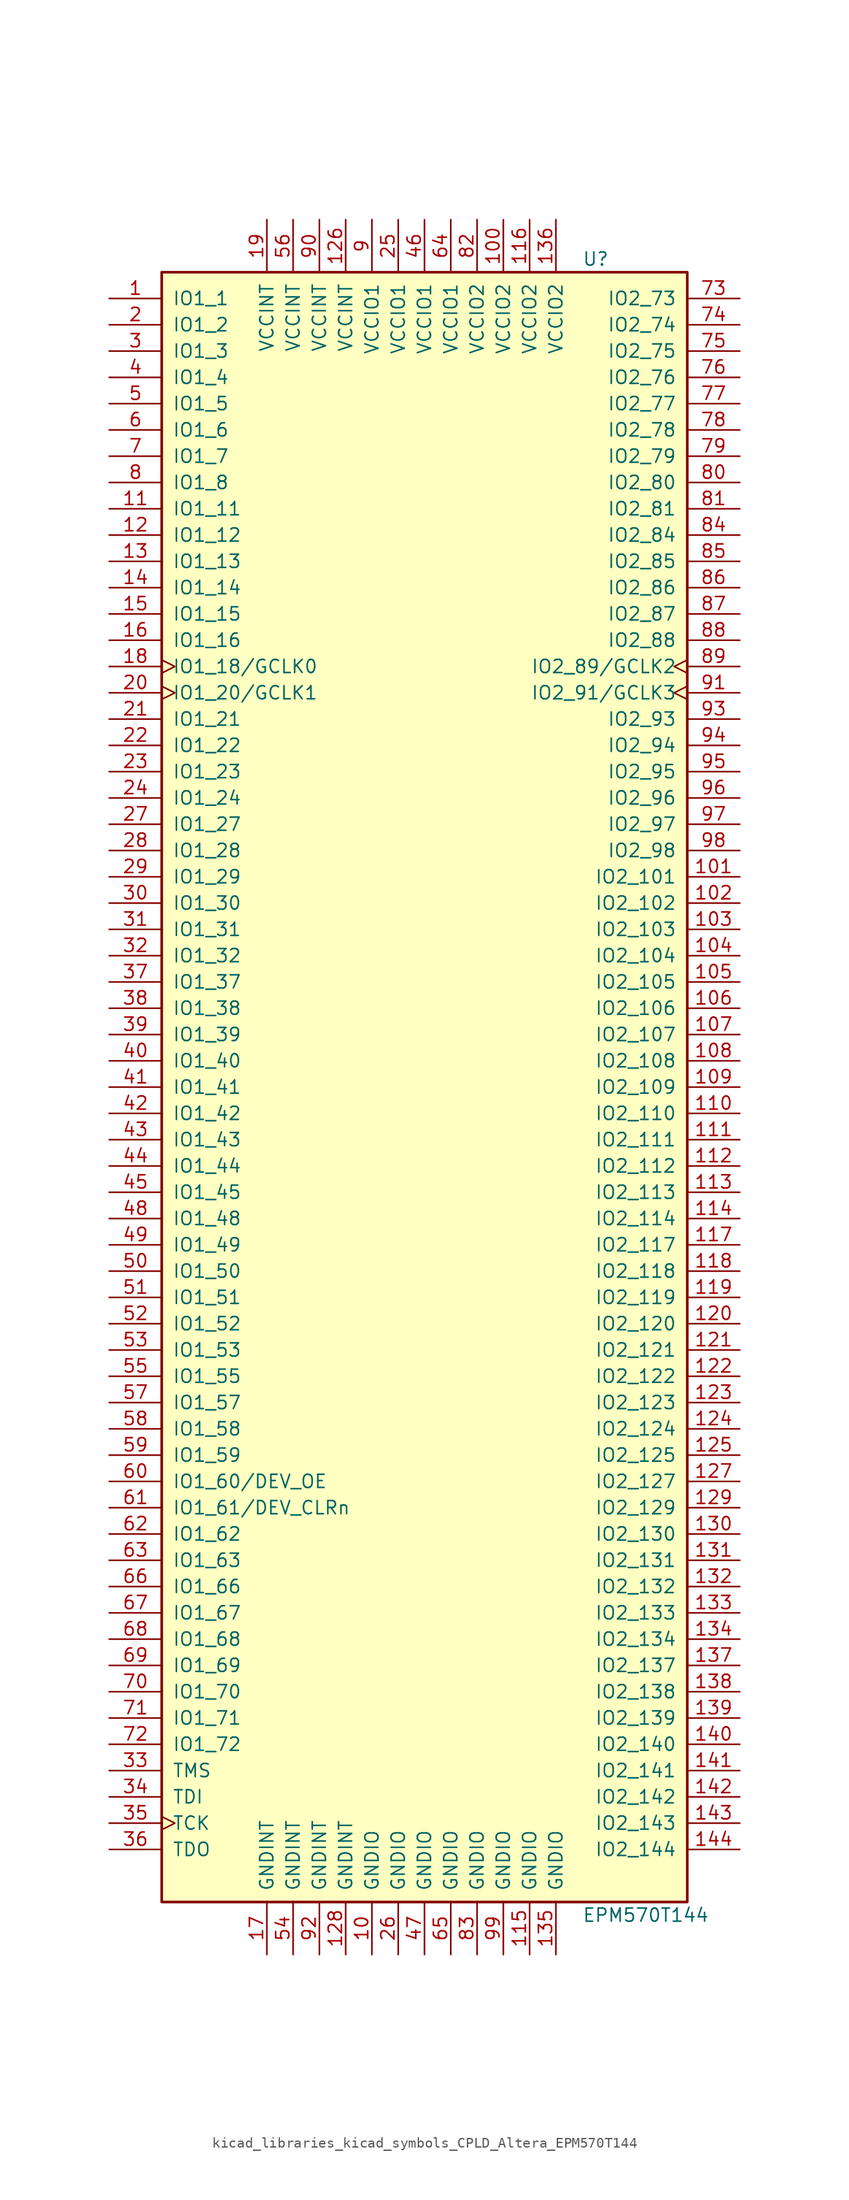
<source format=kicad_sym>
(kicad_symbol_lib
  (version 20220914)
  (generator kicad_symbol_editor)
  (symbol "kicad_libraries_kicad_symbols_CPLD_Altera_EPM570T144"
    (pin_names
      (offset 1.016))
    (property "Reference" "U"
      (at 15.24 80.01 0)
      (effects (font (size 1.27 1.27)) (justify left)))
    (property "Value" "EPM570T144"
      (at 15.24 -80.01 0)
      (effects (font (size 1.27 1.27)) (justify left)))
    (property "ki_locked" ""
      (at 0 0 0)
      (effects (font (size 1.27 1.27))))
    (symbol "kicad_libraries_kicad_symbols_CPLD_Altera_EPM570T144_1_1"
      (rectangle (start -25.4 78.74) (end 25.4 -78.74) (stroke (width 0.254) (type default)) (fill (type background)))
      (pin bidirectional line (at -30.48 76.2 0) (length 5.08) (name "IO1_1" (effects (font (size 1.27 1.27)))) (number "1" (effects (font (size 1.27 1.27)))))
      (pin power_in line (at -5.08 -83.82 90) (length 5.08) (name "GNDIO" (effects (font (size 1.27 1.27)))) (number "10" (effects (font (size 1.27 1.27)))))
      (pin power_in line (at 7.62 83.82 270) (length 5.08) (name "VCCIO2" (effects (font (size 1.27 1.27)))) (number "100" (effects (font (size 1.27 1.27)))))
      (pin bidirectional line (at 30.48 20.32 180) (length 5.08) (name "IO2_101" (effects (font (size 1.27 1.27)))) (number "101" (effects (font (size 1.27 1.27)))))
      (pin bidirectional line (at 30.48 17.78 180) (length 5.08) (name "IO2_102" (effects (font (size 1.27 1.27)))) (number "102" (effects (font (size 1.27 1.27)))))
      (pin bidirectional line (at 30.48 15.24 180) (length 5.08) (name "IO2_103" (effects (font (size 1.27 1.27)))) (number "103" (effects (font (size 1.27 1.27)))))
      (pin bidirectional line (at 30.48 12.7 180) (length 5.08) (name "IO2_104" (effects (font (size 1.27 1.27)))) (number "104" (effects (font (size 1.27 1.27)))))
      (pin bidirectional line (at 30.48 10.16 180) (length 5.08) (name "IO2_105" (effects (font (size 1.27 1.27)))) (number "105" (effects (font (size 1.27 1.27)))))
      (pin bidirectional line (at 30.48 7.62 180) (length 5.08) (name "IO2_106" (effects (font (size 1.27 1.27)))) (number "106" (effects (font (size 1.27 1.27)))))
      (pin bidirectional line (at 30.48 5.08 180) (length 5.08) (name "IO2_107" (effects (font (size 1.27 1.27)))) (number "107" (effects (font (size 1.27 1.27)))))
      (pin bidirectional line (at 30.48 2.54 180) (length 5.08) (name "IO2_108" (effects (font (size 1.27 1.27)))) (number "108" (effects (font (size 1.27 1.27)))))
      (pin bidirectional line (at 30.48 0 180) (length 5.08) (name "IO2_109" (effects (font (size 1.27 1.27)))) (number "109" (effects (font (size 1.27 1.27)))))
      (pin bidirectional line (at -30.48 55.88 0) (length 5.08) (name "IO1_11" (effects (font (size 1.27 1.27)))) (number "11" (effects (font (size 1.27 1.27)))))
      (pin bidirectional line (at 30.48 -2.54 180) (length 5.08) (name "IO2_110" (effects (font (size 1.27 1.27)))) (number "110" (effects (font (size 1.27 1.27)))))
      (pin bidirectional line (at 30.48 -5.08 180) (length 5.08) (name "IO2_111" (effects (font (size 1.27 1.27)))) (number "111" (effects (font (size 1.27 1.27)))))
      (pin bidirectional line (at 30.48 -7.62 180) (length 5.08) (name "IO2_112" (effects (font (size 1.27 1.27)))) (number "112" (effects (font (size 1.27 1.27)))))
      (pin bidirectional line (at 30.48 -10.16 180) (length 5.08) (name "IO2_113" (effects (font (size 1.27 1.27)))) (number "113" (effects (font (size 1.27 1.27)))))
      (pin bidirectional line (at 30.48 -12.7 180) (length 5.08) (name "IO2_114" (effects (font (size 1.27 1.27)))) (number "114" (effects (font (size 1.27 1.27)))))
      (pin power_in line (at 10.16 -83.82 90) (length 5.08) (name "GNDIO" (effects (font (size 1.27 1.27)))) (number "115" (effects (font (size 1.27 1.27)))))
      (pin power_in line (at 10.16 83.82 270) (length 5.08) (name "VCCIO2" (effects (font (size 1.27 1.27)))) (number "116" (effects (font (size 1.27 1.27)))))
      (pin bidirectional line (at 30.48 -15.24 180) (length 5.08) (name "IO2_117" (effects (font (size 1.27 1.27)))) (number "117" (effects (font (size 1.27 1.27)))))
      (pin bidirectional line (at 30.48 -17.78 180) (length 5.08) (name "IO2_118" (effects (font (size 1.27 1.27)))) (number "118" (effects (font (size 1.27 1.27)))))
      (pin bidirectional line (at 30.48 -20.32 180) (length 5.08) (name "IO2_119" (effects (font (size 1.27 1.27)))) (number "119" (effects (font (size 1.27 1.27)))))
      (pin bidirectional line (at -30.48 53.34 0) (length 5.08) (name "IO1_12" (effects (font (size 1.27 1.27)))) (number "12" (effects (font (size 1.27 1.27)))))
      (pin bidirectional line (at 30.48 -22.86 180) (length 5.08) (name "IO2_120" (effects (font (size 1.27 1.27)))) (number "120" (effects (font (size 1.27 1.27)))))
      (pin bidirectional line (at 30.48 -25.4 180) (length 5.08) (name "IO2_121" (effects (font (size 1.27 1.27)))) (number "121" (effects (font (size 1.27 1.27)))))
      (pin bidirectional line (at 30.48 -27.94 180) (length 5.08) (name "IO2_122" (effects (font (size 1.27 1.27)))) (number "122" (effects (font (size 1.27 1.27)))))
      (pin bidirectional line (at 30.48 -30.48 180) (length 5.08) (name "IO2_123" (effects (font (size 1.27 1.27)))) (number "123" (effects (font (size 1.27 1.27)))))
      (pin bidirectional line (at 30.48 -33.02 180) (length 5.08) (name "IO2_124" (effects (font (size 1.27 1.27)))) (number "124" (effects (font (size 1.27 1.27)))))
      (pin bidirectional line (at 30.48 -35.56 180) (length 5.08) (name "IO2_125" (effects (font (size 1.27 1.27)))) (number "125" (effects (font (size 1.27 1.27)))))
      (pin power_in line (at -7.62 83.82 270) (length 5.08) (name "VCCINT" (effects (font (size 1.27 1.27)))) (number "126" (effects (font (size 1.27 1.27)))))
      (pin bidirectional line (at 30.48 -38.1 180) (length 5.08) (name "IO2_127" (effects (font (size 1.27 1.27)))) (number "127" (effects (font (size 1.27 1.27)))))
      (pin power_in line (at -7.62 -83.82 90) (length 5.08) (name "GNDINT" (effects (font (size 1.27 1.27)))) (number "128" (effects (font (size 1.27 1.27)))))
      (pin bidirectional line (at 30.48 -40.64 180) (length 5.08) (name "IO2_129" (effects (font (size 1.27 1.27)))) (number "129" (effects (font (size 1.27 1.27)))))
      (pin bidirectional line (at -30.48 50.8 0) (length 5.08) (name "IO1_13" (effects (font (size 1.27 1.27)))) (number "13" (effects (font (size 1.27 1.27)))))
      (pin bidirectional line (at 30.48 -43.18 180) (length 5.08) (name "IO2_130" (effects (font (size 1.27 1.27)))) (number "130" (effects (font (size 1.27 1.27)))))
      (pin bidirectional line (at 30.48 -45.72 180) (length 5.08) (name "IO2_131" (effects (font (size 1.27 1.27)))) (number "131" (effects (font (size 1.27 1.27)))))
      (pin bidirectional line (at 30.48 -48.26 180) (length 5.08) (name "IO2_132" (effects (font (size 1.27 1.27)))) (number "132" (effects (font (size 1.27 1.27)))))
      (pin bidirectional line (at 30.48 -50.8 180) (length 5.08) (name "IO2_133" (effects (font (size 1.27 1.27)))) (number "133" (effects (font (size 1.27 1.27)))))
      (pin bidirectional line (at 30.48 -53.34 180) (length 5.08) (name "IO2_134" (effects (font (size 1.27 1.27)))) (number "134" (effects (font (size 1.27 1.27)))))
      (pin power_in line (at 12.7 -83.82 90) (length 5.08) (name "GNDIO" (effects (font (size 1.27 1.27)))) (number "135" (effects (font (size 1.27 1.27)))))
      (pin power_in line (at 12.7 83.82 270) (length 5.08) (name "VCCIO2" (effects (font (size 1.27 1.27)))) (number "136" (effects (font (size 1.27 1.27)))))
      (pin bidirectional line (at 30.48 -55.88 180) (length 5.08) (name "IO2_137" (effects (font (size 1.27 1.27)))) (number "137" (effects (font (size 1.27 1.27)))))
      (pin bidirectional line (at 30.48 -58.42 180) (length 5.08) (name "IO2_138" (effects (font (size 1.27 1.27)))) (number "138" (effects (font (size 1.27 1.27)))))
      (pin bidirectional line (at 30.48 -60.96 180) (length 5.08) (name "IO2_139" (effects (font (size 1.27 1.27)))) (number "139" (effects (font (size 1.27 1.27)))))
      (pin bidirectional line (at -30.48 48.26 0) (length 5.08) (name "IO1_14" (effects (font (size 1.27 1.27)))) (number "14" (effects (font (size 1.27 1.27)))))
      (pin bidirectional line (at 30.48 -63.5 180) (length 5.08) (name "IO2_140" (effects (font (size 1.27 1.27)))) (number "140" (effects (font (size 1.27 1.27)))))
      (pin bidirectional line (at 30.48 -66.04 180) (length 5.08) (name "IO2_141" (effects (font (size 1.27 1.27)))) (number "141" (effects (font (size 1.27 1.27)))))
      (pin bidirectional line (at 30.48 -68.58 180) (length 5.08) (name "IO2_142" (effects (font (size 1.27 1.27)))) (number "142" (effects (font (size 1.27 1.27)))))
      (pin bidirectional line (at 30.48 -71.12 180) (length 5.08) (name "IO2_143" (effects (font (size 1.27 1.27)))) (number "143" (effects (font (size 1.27 1.27)))))
      (pin bidirectional line (at 30.48 -73.66 180) (length 5.08) (name "IO2_144" (effects (font (size 1.27 1.27)))) (number "144" (effects (font (size 1.27 1.27)))))
      (pin bidirectional line (at -30.48 45.72 0) (length 5.08) (name "IO1_15" (effects (font (size 1.27 1.27)))) (number "15" (effects (font (size 1.27 1.27)))))
      (pin bidirectional line (at -30.48 43.18 0) (length 5.08) (name "IO1_16" (effects (font (size 1.27 1.27)))) (number "16" (effects (font (size 1.27 1.27)))))
      (pin power_in line (at -15.24 -83.82 90) (length 5.08) (name "GNDINT" (effects (font (size 1.27 1.27)))) (number "17" (effects (font (size 1.27 1.27)))))
      (pin bidirectional clock (at -30.48 40.64 0) (length 5.08) (name "IO1_18/GCLK0" (effects (font (size 1.27 1.27)))) (number "18" (effects (font (size 1.27 1.27)))))
      (pin power_in line (at -15.24 83.82 270) (length 5.08) (name "VCCINT" (effects (font (size 1.27 1.27)))) (number "19" (effects (font (size 1.27 1.27)))))
      (pin bidirectional line (at -30.48 73.66 0) (length 5.08) (name "IO1_2" (effects (font (size 1.27 1.27)))) (number "2" (effects (font (size 1.27 1.27)))))
      (pin bidirectional clock (at -30.48 38.1 0) (length 5.08) (name "IO1_20/GCLK1" (effects (font (size 1.27 1.27)))) (number "20" (effects (font (size 1.27 1.27)))))
      (pin bidirectional line (at -30.48 35.56 0) (length 5.08) (name "IO1_21" (effects (font (size 1.27 1.27)))) (number "21" (effects (font (size 1.27 1.27)))))
      (pin bidirectional line (at -30.48 33.02 0) (length 5.08) (name "IO1_22" (effects (font (size 1.27 1.27)))) (number "22" (effects (font (size 1.27 1.27)))))
      (pin bidirectional line (at -30.48 30.48 0) (length 5.08) (name "IO1_23" (effects (font (size 1.27 1.27)))) (number "23" (effects (font (size 1.27 1.27)))))
      (pin bidirectional line (at -30.48 27.94 0) (length 5.08) (name "IO1_24" (effects (font (size 1.27 1.27)))) (number "24" (effects (font (size 1.27 1.27)))))
      (pin power_in line (at -2.54 83.82 270) (length 5.08) (name "VCCIO1" (effects (font (size 1.27 1.27)))) (number "25" (effects (font (size 1.27 1.27)))))
      (pin power_in line (at -2.54 -83.82 90) (length 5.08) (name "GNDIO" (effects (font (size 1.27 1.27)))) (number "26" (effects (font (size 1.27 1.27)))))
      (pin bidirectional line (at -30.48 25.4 0) (length 5.08) (name "IO1_27" (effects (font (size 1.27 1.27)))) (number "27" (effects (font (size 1.27 1.27)))))
      (pin bidirectional line (at -30.48 22.86 0) (length 5.08) (name "IO1_28" (effects (font (size 1.27 1.27)))) (number "28" (effects (font (size 1.27 1.27)))))
      (pin bidirectional line (at -30.48 20.32 0) (length 5.08) (name "IO1_29" (effects (font (size 1.27 1.27)))) (number "29" (effects (font (size 1.27 1.27)))))
      (pin bidirectional line (at -30.48 71.12 0) (length 5.08) (name "IO1_3" (effects (font (size 1.27 1.27)))) (number "3" (effects (font (size 1.27 1.27)))))
      (pin bidirectional line (at -30.48 17.78 0) (length 5.08) (name "IO1_30" (effects (font (size 1.27 1.27)))) (number "30" (effects (font (size 1.27 1.27)))))
      (pin bidirectional line (at -30.48 15.24 0) (length 5.08) (name "IO1_31" (effects (font (size 1.27 1.27)))) (number "31" (effects (font (size 1.27 1.27)))))
      (pin bidirectional line (at -30.48 12.7 0) (length 5.08) (name "IO1_32" (effects (font (size 1.27 1.27)))) (number "32" (effects (font (size 1.27 1.27)))))
      (pin input line (at -30.48 -66.04 0) (length 5.08) (name "TMS" (effects (font (size 1.27 1.27)))) (number "33" (effects (font (size 1.27 1.27)))))
      (pin input line (at -30.48 -68.58 0) (length 5.08) (name "TDI" (effects (font (size 1.27 1.27)))) (number "34" (effects (font (size 1.27 1.27)))))
      (pin input clock (at -30.48 -71.12 0) (length 5.08) (name "TCK" (effects (font (size 1.27 1.27)))) (number "35" (effects (font (size 1.27 1.27)))))
      (pin output line (at -30.48 -73.66 0) (length 5.08) (name "TDO" (effects (font (size 1.27 1.27)))) (number "36" (effects (font (size 1.27 1.27)))))
      (pin bidirectional line (at -30.48 10.16 0) (length 5.08) (name "IO1_37" (effects (font (size 1.27 1.27)))) (number "37" (effects (font (size 1.27 1.27)))))
      (pin bidirectional line (at -30.48 7.62 0) (length 5.08) (name "IO1_38" (effects (font (size 1.27 1.27)))) (number "38" (effects (font (size 1.27 1.27)))))
      (pin bidirectional line (at -30.48 5.08 0) (length 5.08) (name "IO1_39" (effects (font (size 1.27 1.27)))) (number "39" (effects (font (size 1.27 1.27)))))
      (pin bidirectional line (at -30.48 68.58 0) (length 5.08) (name "IO1_4" (effects (font (size 1.27 1.27)))) (number "4" (effects (font (size 1.27 1.27)))))
      (pin bidirectional line (at -30.48 2.54 0) (length 5.08) (name "IO1_40" (effects (font (size 1.27 1.27)))) (number "40" (effects (font (size 1.27 1.27)))))
      (pin bidirectional line (at -30.48 0 0) (length 5.08) (name "IO1_41" (effects (font (size 1.27 1.27)))) (number "41" (effects (font (size 1.27 1.27)))))
      (pin bidirectional line (at -30.48 -2.54 0) (length 5.08) (name "IO1_42" (effects (font (size 1.27 1.27)))) (number "42" (effects (font (size 1.27 1.27)))))
      (pin bidirectional line (at -30.48 -5.08 0) (length 5.08) (name "IO1_43" (effects (font (size 1.27 1.27)))) (number "43" (effects (font (size 1.27 1.27)))))
      (pin bidirectional line (at -30.48 -7.62 0) (length 5.08) (name "IO1_44" (effects (font (size 1.27 1.27)))) (number "44" (effects (font (size 1.27 1.27)))))
      (pin bidirectional line (at -30.48 -10.16 0) (length 5.08) (name "IO1_45" (effects (font (size 1.27 1.27)))) (number "45" (effects (font (size 1.27 1.27)))))
      (pin power_in line (at 0 83.82 270) (length 5.08) (name "VCCIO1" (effects (font (size 1.27 1.27)))) (number "46" (effects (font (size 1.27 1.27)))))
      (pin power_in line (at 0 -83.82 90) (length 5.08) (name "GNDIO" (effects (font (size 1.27 1.27)))) (number "47" (effects (font (size 1.27 1.27)))))
      (pin bidirectional line (at -30.48 -12.7 0) (length 5.08) (name "IO1_48" (effects (font (size 1.27 1.27)))) (number "48" (effects (font (size 1.27 1.27)))))
      (pin bidirectional line (at -30.48 -15.24 0) (length 5.08) (name "IO1_49" (effects (font (size 1.27 1.27)))) (number "49" (effects (font (size 1.27 1.27)))))
      (pin bidirectional line (at -30.48 66.04 0) (length 5.08) (name "IO1_5" (effects (font (size 1.27 1.27)))) (number "5" (effects (font (size 1.27 1.27)))))
      (pin bidirectional line (at -30.48 -17.78 0) (length 5.08) (name "IO1_50" (effects (font (size 1.27 1.27)))) (number "50" (effects (font (size 1.27 1.27)))))
      (pin bidirectional line (at -30.48 -20.32 0) (length 5.08) (name "IO1_51" (effects (font (size 1.27 1.27)))) (number "51" (effects (font (size 1.27 1.27)))))
      (pin bidirectional line (at -30.48 -22.86 0) (length 5.08) (name "IO1_52" (effects (font (size 1.27 1.27)))) (number "52" (effects (font (size 1.27 1.27)))))
      (pin bidirectional line (at -30.48 -25.4 0) (length 5.08) (name "IO1_53" (effects (font (size 1.27 1.27)))) (number "53" (effects (font (size 1.27 1.27)))))
      (pin power_in line (at -12.7 -83.82 90) (length 5.08) (name "GNDINT" (effects (font (size 1.27 1.27)))) (number "54" (effects (font (size 1.27 1.27)))))
      (pin bidirectional line (at -30.48 -27.94 0) (length 5.08) (name "IO1_55" (effects (font (size 1.27 1.27)))) (number "55" (effects (font (size 1.27 1.27)))))
      (pin power_in line (at -12.7 83.82 270) (length 5.08) (name "VCCINT" (effects (font (size 1.27 1.27)))) (number "56" (effects (font (size 1.27 1.27)))))
      (pin bidirectional line (at -30.48 -30.48 0) (length 5.08) (name "IO1_57" (effects (font (size 1.27 1.27)))) (number "57" (effects (font (size 1.27 1.27)))))
      (pin bidirectional line (at -30.48 -33.02 0) (length 5.08) (name "IO1_58" (effects (font (size 1.27 1.27)))) (number "58" (effects (font (size 1.27 1.27)))))
      (pin bidirectional line (at -30.48 -35.56 0) (length 5.08) (name "IO1_59" (effects (font (size 1.27 1.27)))) (number "59" (effects (font (size 1.27 1.27)))))
      (pin bidirectional line (at -30.48 63.5 0) (length 5.08) (name "IO1_6" (effects (font (size 1.27 1.27)))) (number "6" (effects (font (size 1.27 1.27)))))
      (pin bidirectional line (at -30.48 -38.1 0) (length 5.08) (name "IO1_60/DEV_OE" (effects (font (size 1.27 1.27)))) (number "60" (effects (font (size 1.27 1.27)))))
      (pin bidirectional line (at -30.48 -40.64 0) (length 5.08) (name "IO1_61/DEV_CLRn" (effects (font (size 1.27 1.27)))) (number "61" (effects (font (size 1.27 1.27)))))
      (pin bidirectional line (at -30.48 -43.18 0) (length 5.08) (name "IO1_62" (effects (font (size 1.27 1.27)))) (number "62" (effects (font (size 1.27 1.27)))))
      (pin bidirectional line (at -30.48 -45.72 0) (length 5.08) (name "IO1_63" (effects (font (size 1.27 1.27)))) (number "63" (effects (font (size 1.27 1.27)))))
      (pin power_in line (at 2.54 83.82 270) (length 5.08) (name "VCCIO1" (effects (font (size 1.27 1.27)))) (number "64" (effects (font (size 1.27 1.27)))))
      (pin power_in line (at 2.54 -83.82 90) (length 5.08) (name "GNDIO" (effects (font (size 1.27 1.27)))) (number "65" (effects (font (size 1.27 1.27)))))
      (pin bidirectional line (at -30.48 -48.26 0) (length 5.08) (name "IO1_66" (effects (font (size 1.27 1.27)))) (number "66" (effects (font (size 1.27 1.27)))))
      (pin bidirectional line (at -30.48 -50.8 0) (length 5.08) (name "IO1_67" (effects (font (size 1.27 1.27)))) (number "67" (effects (font (size 1.27 1.27)))))
      (pin bidirectional line (at -30.48 -53.34 0) (length 5.08) (name "IO1_68" (effects (font (size 1.27 1.27)))) (number "68" (effects (font (size 1.27 1.27)))))
      (pin bidirectional line (at -30.48 -55.88 0) (length 5.08) (name "IO1_69" (effects (font (size 1.27 1.27)))) (number "69" (effects (font (size 1.27 1.27)))))
      (pin bidirectional line (at -30.48 60.96 0) (length 5.08) (name "IO1_7" (effects (font (size 1.27 1.27)))) (number "7" (effects (font (size 1.27 1.27)))))
      (pin bidirectional line (at -30.48 -58.42 0) (length 5.08) (name "IO1_70" (effects (font (size 1.27 1.27)))) (number "70" (effects (font (size 1.27 1.27)))))
      (pin bidirectional line (at -30.48 -60.96 0) (length 5.08) (name "IO1_71" (effects (font (size 1.27 1.27)))) (number "71" (effects (font (size 1.27 1.27)))))
      (pin bidirectional line (at -30.48 -63.5 0) (length 5.08) (name "IO1_72" (effects (font (size 1.27 1.27)))) (number "72" (effects (font (size 1.27 1.27)))))
      (pin bidirectional line (at 30.48 76.2 180) (length 5.08) (name "IO2_73" (effects (font (size 1.27 1.27)))) (number "73" (effects (font (size 1.27 1.27)))))
      (pin bidirectional line (at 30.48 73.66 180) (length 5.08) (name "IO2_74" (effects (font (size 1.27 1.27)))) (number "74" (effects (font (size 1.27 1.27)))))
      (pin bidirectional line (at 30.48 71.12 180) (length 5.08) (name "IO2_75" (effects (font (size 1.27 1.27)))) (number "75" (effects (font (size 1.27 1.27)))))
      (pin bidirectional line (at 30.48 68.58 180) (length 5.08) (name "IO2_76" (effects (font (size 1.27 1.27)))) (number "76" (effects (font (size 1.27 1.27)))))
      (pin bidirectional line (at 30.48 66.04 180) (length 5.08) (name "IO2_77" (effects (font (size 1.27 1.27)))) (number "77" (effects (font (size 1.27 1.27)))))
      (pin bidirectional line (at 30.48 63.5 180) (length 5.08) (name "IO2_78" (effects (font (size 1.27 1.27)))) (number "78" (effects (font (size 1.27 1.27)))))
      (pin bidirectional line (at 30.48 60.96 180) (length 5.08) (name "IO2_79" (effects (font (size 1.27 1.27)))) (number "79" (effects (font (size 1.27 1.27)))))
      (pin bidirectional line (at -30.48 58.42 0) (length 5.08) (name "IO1_8" (effects (font (size 1.27 1.27)))) (number "8" (effects (font (size 1.27 1.27)))))
      (pin bidirectional line (at 30.48 58.42 180) (length 5.08) (name "IO2_80" (effects (font (size 1.27 1.27)))) (number "80" (effects (font (size 1.27 1.27)))))
      (pin bidirectional line (at 30.48 55.88 180) (length 5.08) (name "IO2_81" (effects (font (size 1.27 1.27)))) (number "81" (effects (font (size 1.27 1.27)))))
      (pin power_in line (at 5.08 83.82 270) (length 5.08) (name "VCCIO2" (effects (font (size 1.27 1.27)))) (number "82" (effects (font (size 1.27 1.27)))))
      (pin power_in line (at 5.08 -83.82 90) (length 5.08) (name "GNDIO" (effects (font (size 1.27 1.27)))) (number "83" (effects (font (size 1.27 1.27)))))
      (pin bidirectional line (at 30.48 53.34 180) (length 5.08) (name "IO2_84" (effects (font (size 1.27 1.27)))) (number "84" (effects (font (size 1.27 1.27)))))
      (pin bidirectional line (at 30.48 50.8 180) (length 5.08) (name "IO2_85" (effects (font (size 1.27 1.27)))) (number "85" (effects (font (size 1.27 1.27)))))
      (pin bidirectional line (at 30.48 48.26 180) (length 5.08) (name "IO2_86" (effects (font (size 1.27 1.27)))) (number "86" (effects (font (size 1.27 1.27)))))
      (pin bidirectional line (at 30.48 45.72 180) (length 5.08) (name "IO2_87" (effects (font (size 1.27 1.27)))) (number "87" (effects (font (size 1.27 1.27)))))
      (pin bidirectional line (at 30.48 43.18 180) (length 5.08) (name "IO2_88" (effects (font (size 1.27 1.27)))) (number "88" (effects (font (size 1.27 1.27)))))
      (pin bidirectional clock (at 30.48 40.64 180) (length 5.08) (name "IO2_89/GCLK2" (effects (font (size 1.27 1.27)))) (number "89" (effects (font (size 1.27 1.27)))))
      (pin power_in line (at -5.08 83.82 270) (length 5.08) (name "VCCIO1" (effects (font (size 1.27 1.27)))) (number "9" (effects (font (size 1.27 1.27)))))
      (pin power_in line (at -10.16 83.82 270) (length 5.08) (name "VCCINT" (effects (font (size 1.27 1.27)))) (number "90" (effects (font (size 1.27 1.27)))))
      (pin bidirectional clock (at 30.48 38.1 180) (length 5.08) (name "IO2_91/GCLK3" (effects (font (size 1.27 1.27)))) (number "91" (effects (font (size 1.27 1.27)))))
      (pin power_in line (at -10.16 -83.82 90) (length 5.08) (name "GNDINT" (effects (font (size 1.27 1.27)))) (number "92" (effects (font (size 1.27 1.27)))))
      (pin bidirectional line (at 30.48 35.56 180) (length 5.08) (name "IO2_93" (effects (font (size 1.27 1.27)))) (number "93" (effects (font (size 1.27 1.27)))))
      (pin bidirectional line (at 30.48 33.02 180) (length 5.08) (name "IO2_94" (effects (font (size 1.27 1.27)))) (number "94" (effects (font (size 1.27 1.27)))))
      (pin bidirectional line (at 30.48 30.48 180) (length 5.08) (name "IO2_95" (effects (font (size 1.27 1.27)))) (number "95" (effects (font (size 1.27 1.27)))))
      (pin bidirectional line (at 30.48 27.94 180) (length 5.08) (name "IO2_96" (effects (font (size 1.27 1.27)))) (number "96" (effects (font (size 1.27 1.27)))))
      (pin bidirectional line (at 30.48 25.4 180) (length 5.08) (name "IO2_97" (effects (font (size 1.27 1.27)))) (number "97" (effects (font (size 1.27 1.27)))))
      (pin bidirectional line (at 30.48 22.86 180) (length 5.08) (name "IO2_98" (effects (font (size 1.27 1.27)))) (number "98" (effects (font (size 1.27 1.27)))))
      (pin power_in line (at 7.62 -83.82 90) (length 5.08) (name "GNDIO" (effects (font (size 1.27 1.27)))) (number "99" (effects (font (size 1.27 1.27))))))))
</source>
